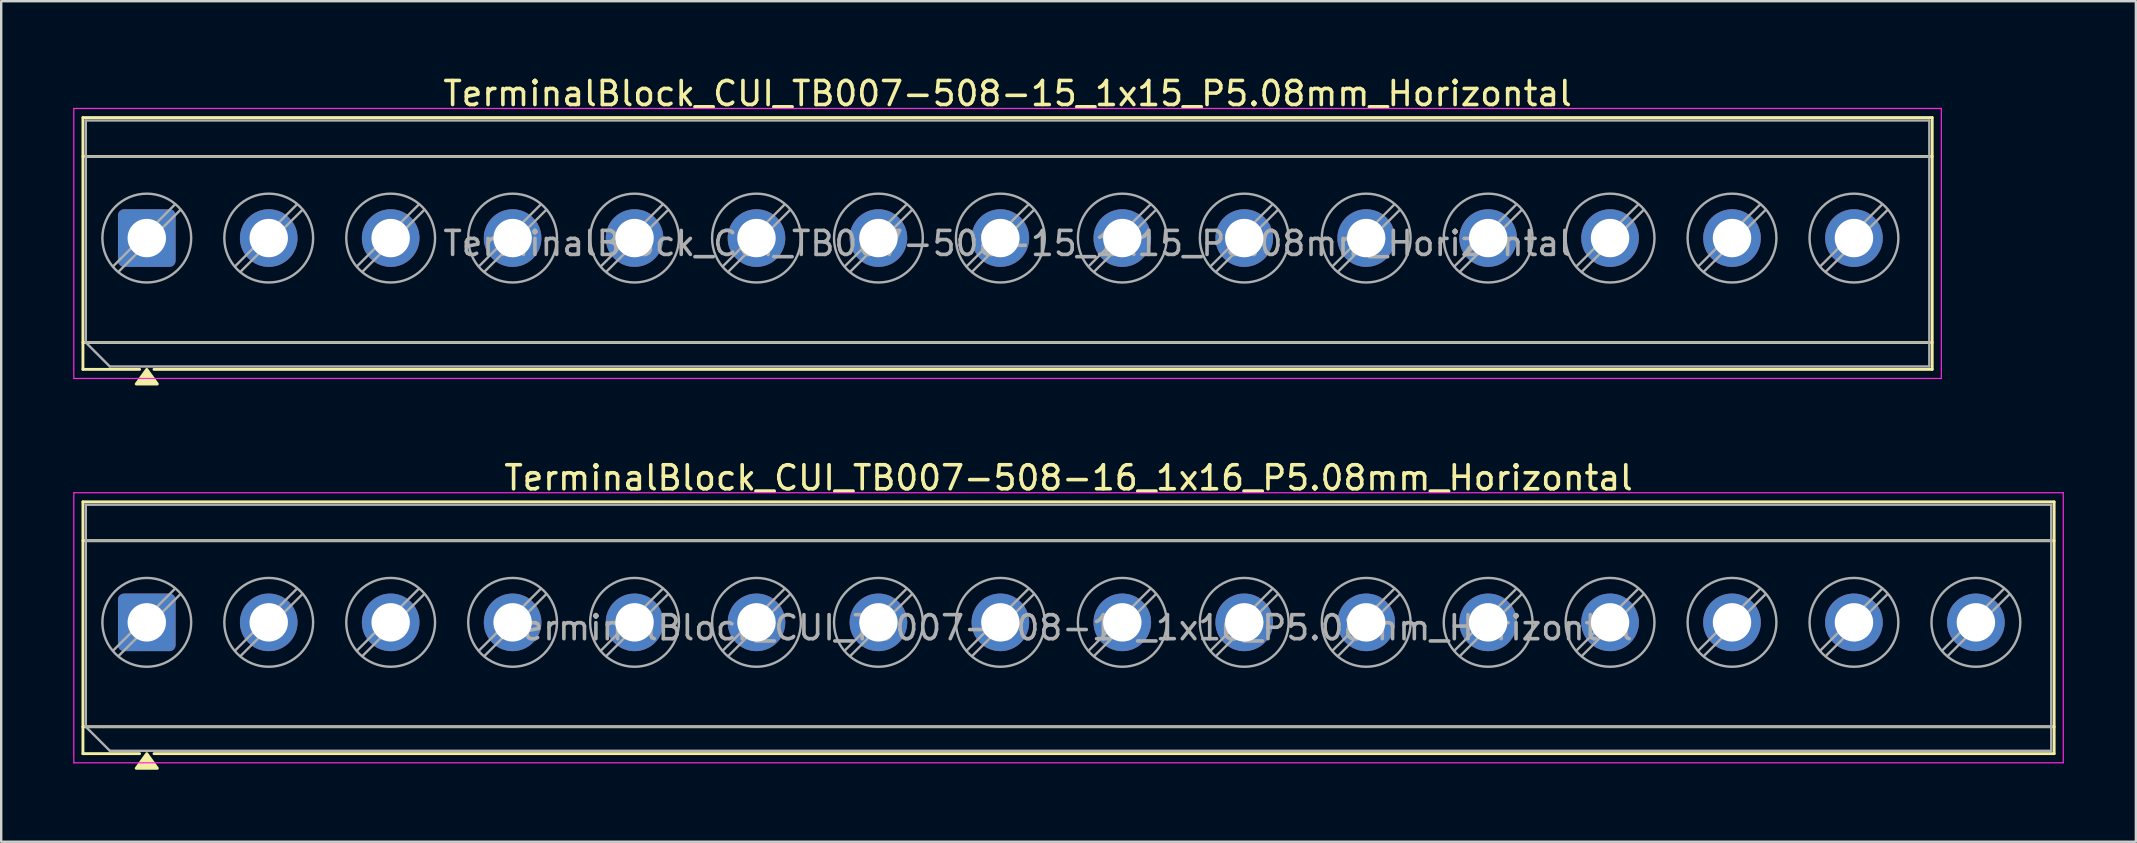
<source format=kicad_pcb>
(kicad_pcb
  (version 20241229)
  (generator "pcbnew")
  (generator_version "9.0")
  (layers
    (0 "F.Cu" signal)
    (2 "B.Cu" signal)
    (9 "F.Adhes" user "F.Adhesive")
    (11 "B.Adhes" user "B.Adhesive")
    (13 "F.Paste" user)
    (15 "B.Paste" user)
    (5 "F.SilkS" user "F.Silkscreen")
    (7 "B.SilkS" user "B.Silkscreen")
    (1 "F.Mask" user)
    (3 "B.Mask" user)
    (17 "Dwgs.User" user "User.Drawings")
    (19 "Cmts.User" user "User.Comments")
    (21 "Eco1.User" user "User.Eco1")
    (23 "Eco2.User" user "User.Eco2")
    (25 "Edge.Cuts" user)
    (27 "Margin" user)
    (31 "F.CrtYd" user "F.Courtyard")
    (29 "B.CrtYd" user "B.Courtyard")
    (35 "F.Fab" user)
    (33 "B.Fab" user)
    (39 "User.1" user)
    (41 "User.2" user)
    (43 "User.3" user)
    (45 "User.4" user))
  (footprint "TerminalBlock_CUI_TB007-508-15_1x15_P5.08mm_Horizontal"
    (layer "F.Cu")
    (at 3.065 6.868)
    (property "Reference" "TerminalBlock_CUI_TB007-508-15_1x15_P5.08mm_Horizontal" (at 35.86 -6.02 0) (layer "F.SilkS") (effects (font (size 1 1) (thickness 0.15))))
    (attr through_hole)
    (fp_line (start -2.66 -5.02) (end 74.38 -5.02) (stroke (width 0.12) (type solid)) (layer "F.SilkS"))
    (fp_line (start -2.66 -3.4) (end 74.38 -3.4) (stroke (width 0.12) (type solid)) (layer "F.SilkS"))
    (fp_line (start -2.66 4.35) (end 74.38 4.35) (stroke (width 0.12) (type solid)) (layer "F.SilkS"))
    (fp_line (start -2.66 5.47) (end -2.66 -5.02) (stroke (width 0.12) (type solid)) (layer "F.SilkS"))
    (fp_line (start -0.3 5.47) (end -2.66 5.47) (stroke (width 0.12) (type solid)) (layer "F.SilkS"))
    (fp_line (start 74.38 -5.02) (end 74.38 5.47) (stroke (width 0.12) (type solid)) (layer "F.SilkS"))
    (fp_line (start 74.38 5.47) (end 0.3 5.47) (stroke (width 0.12) (type solid)) (layer "F.SilkS"))
    (fp_poly (pts (xy 0 5.47) (xy 0.44 6.08) (xy -0.44 6.08)) (stroke (width 0.12) (type solid)) (fill yes) (layer "F.SilkS"))
    (fp_line (start -3.04 -5.4) (end -3.04 5.85) (stroke (width 0.05) (type solid)) (layer "F.CrtYd"))
    (fp_line (start -3.04 5.85) (end 74.76 5.85) (stroke (width 0.05) (type solid)) (layer "F.CrtYd"))
    (fp_line (start 74.76 -5.4) (end -3.04 -5.4) (stroke (width 0.05) (type solid)) (layer "F.CrtYd"))
    (fp_line (start 74.76 5.85) (end 74.76 -5.4) (stroke (width 0.05) (type solid)) (layer "F.CrtYd"))
    (fp_line (start -2.54 -4.9) (end 74.26 -4.9) (stroke (width 0.1) (type solid)) (layer "F.Fab"))
    (fp_line (start -2.54 -3.4) (end 74.26 -3.4) (stroke (width 0.1) (type solid)) (layer "F.Fab"))
    (fp_line (start -2.54 4.35) (end -2.54 -4.9) (stroke (width 0.1) (type solid)) (layer "F.Fab"))
    (fp_line (start -2.54 4.35) (end 74.26 4.35) (stroke (width 0.1) (type solid)) (layer "F.Fab"))
    (fp_line (start -1.54 5.35) (end -2.54 4.35) (stroke (width 0.1) (type solid)) (layer "F.Fab"))
    (fp_line (start 1.177 -1.403) (end -1.403 1.177) (stroke (width 0.1) (type solid)) (layer "F.Fab"))
    (fp_line (start 1.403 -1.177) (end -1.177 1.403) (stroke (width 0.1) (type solid)) (layer "F.Fab"))
    (fp_line (start 6.257 -1.403) (end 3.677 1.177) (stroke (width 0.1) (type solid)) (layer "F.Fab"))
    (fp_line (start 6.483 -1.177) (end 3.903 1.403) (stroke (width 0.1) (type solid)) (layer "F.Fab"))
    (fp_line (start 11.337 -1.403) (end 8.757 1.177) (stroke (width 0.1) (type solid)) (layer "F.Fab"))
    (fp_line (start 11.563 -1.177) (end 8.983 1.403) (stroke (width 0.1) (type solid)) (layer "F.Fab"))
    (fp_line (start 16.417 -1.403) (end 13.837 1.177) (stroke (width 0.1) (type solid)) (layer "F.Fab"))
    (fp_line (start 16.643 -1.177) (end 14.063 1.403) (stroke (width 0.1) (type solid)) (layer "F.Fab"))
    (fp_line (start 21.497 -1.403) (end 18.917 1.177) (stroke (width 0.1) (type solid)) (layer "F.Fab"))
    (fp_line (start 21.723 -1.177) (end 19.143 1.403) (stroke (width 0.1) (type solid)) (layer "F.Fab"))
    (fp_line (start 26.577 -1.403) (end 23.997 1.177) (stroke (width 0.1) (type solid)) (layer "F.Fab"))
    (fp_line (start 26.803 -1.177) (end 24.223 1.403) (stroke (width 0.1) (type solid)) (layer "F.Fab"))
    (fp_line (start 31.657 -1.403) (end 29.077 1.177) (stroke (width 0.1) (type solid)) (layer "F.Fab"))
    (fp_line (start 31.883 -1.177) (end 29.303 1.403) (stroke (width 0.1) (type solid)) (layer "F.Fab"))
    (fp_line (start 36.737 -1.403) (end 34.157 1.177) (stroke (width 0.1) (type solid)) (layer "F.Fab"))
    (fp_line (start 36.963 -1.177) (end 34.383 1.403) (stroke (width 0.1) (type solid)) (layer "F.Fab"))
    (fp_line (start 41.817 -1.403) (end 39.237 1.177) (stroke (width 0.1) (type solid)) (layer "F.Fab"))
    (fp_line (start 42.043 -1.177) (end 39.463 1.403) (stroke (width 0.1) (type solid)) (layer "F.Fab"))
    (fp_line (start 46.897 -1.403) (end 44.317 1.177) (stroke (width 0.1) (type solid)) (layer "F.Fab"))
    (fp_line (start 47.123 -1.177) (end 44.543 1.403) (stroke (width 0.1) (type solid)) (layer "F.Fab"))
    (fp_line (start 51.977 -1.403) (end 49.397 1.177) (stroke (width 0.1) (type solid)) (layer "F.Fab"))
    (fp_line (start 52.203 -1.177) (end 49.623 1.403) (stroke (width 0.1) (type solid)) (layer "F.Fab"))
    (fp_line (start 57.057 -1.403) (end 54.477 1.177) (stroke (width 0.1) (type solid)) (layer "F.Fab"))
    (fp_line (start 57.283 -1.177) (end 54.703 1.403) (stroke (width 0.1) (type solid)) (layer "F.Fab"))
    (fp_line (start 62.137 -1.403) (end 59.557 1.177) (stroke (width 0.1) (type solid)) (layer "F.Fab"))
    (fp_line (start 62.363 -1.177) (end 59.783 1.403) (stroke (width 0.1) (type solid)) (layer "F.Fab"))
    (fp_line (start 67.217 -1.403) (end 64.637 1.177) (stroke (width 0.1) (type solid)) (layer "F.Fab"))
    (fp_line (start 67.443 -1.177) (end 64.863 1.403) (stroke (width 0.1) (type solid)) (layer "F.Fab"))
    (fp_line (start 72.297 -1.403) (end 69.717 1.177) (stroke (width 0.1) (type solid)) (layer "F.Fab"))
    (fp_line (start 72.523 -1.177) (end 69.943 1.403) (stroke (width 0.1) (type solid)) (layer "F.Fab"))
    (fp_line (start 74.26 -4.9) (end 74.26 5.35) (stroke (width 0.1) (type solid)) (layer "F.Fab"))
    (fp_line (start 74.26 5.35) (end -1.54 5.35) (stroke (width 0.1) (type solid)) (layer "F.Fab"))
    (fp_circle (center 0 0) (end 1.85 0) (stroke (width 0.1) (type solid)) (fill no) (layer "F.Fab"))
    (fp_circle (center 5.08 0) (end 6.93 0) (stroke (width 0.1) (type solid)) (fill no) (layer "F.Fab"))
    (fp_circle (center 10.16 0) (end 12.01 0) (stroke (width 0.1) (type solid)) (fill no) (layer "F.Fab"))
    (fp_circle (center 15.24 0) (end 17.09 0) (stroke (width 0.1) (type solid)) (fill no) (layer "F.Fab"))
    (fp_circle (center 20.32 0) (end 22.17 0) (stroke (width 0.1) (type solid)) (fill no) (layer "F.Fab"))
    (fp_circle (center 25.4 0) (end 27.25 0) (stroke (width 0.1) (type solid)) (fill no) (layer "F.Fab"))
    (fp_circle (center 30.48 0) (end 32.33 0) (stroke (width 0.1) (type solid)) (fill no) (layer "F.Fab"))
    (fp_circle (center 35.56 0) (end 37.41 0) (stroke (width 0.1) (type solid)) (fill no) (layer "F.Fab"))
    (fp_circle (center 40.64 0) (end 42.49 0) (stroke (width 0.1) (type solid)) (fill no) (layer "F.Fab"))
    (fp_circle (center 45.72 0) (end 47.57 0) (stroke (width 0.1) (type solid)) (fill no) (layer "F.Fab"))
    (fp_circle (center 50.8 0) (end 52.65 0) (stroke (width 0.1) (type solid)) (fill no) (layer "F.Fab"))
    (fp_circle (center 55.88 0) (end 57.73 0) (stroke (width 0.1) (type solid)) (fill no) (layer "F.Fab"))
    (fp_circle (center 60.96 0) (end 62.81 0) (stroke (width 0.1) (type solid)) (fill no) (layer "F.Fab"))
    (fp_circle (center 66.04 0) (end 67.89 0) (stroke (width 0.1) (type solid)) (fill no) (layer "F.Fab"))
    (fp_circle (center 71.12 0) (end 72.97 0) (stroke (width 0.1) (type solid)) (fill no) (layer "F.Fab"))
    (fp_text user "${REFERENCE}" (at 35.86 0.225 0) (layer "F.Fab") (effects (font (size 1 1) (thickness 0.15))))
    (pad "1" thru_hole roundrect (at 0 0) (size 2.4 2.4) (drill 1.6) (layers "*.Cu" "*.Mask") (roundrect_rratio 0.104))
    (pad "2" thru_hole circle (at 5.08 0) (size 2.4 2.4) (drill 1.6) (layers "*.Cu" "*.Mask"))
    (pad "3" thru_hole circle (at 10.16 0) (size 2.4 2.4) (drill 1.6) (layers "*.Cu" "*.Mask"))
    (pad "4" thru_hole circle (at 15.24 0) (size 2.4 2.4) (drill 1.6) (layers "*.Cu" "*.Mask"))
    (pad "5" thru_hole circle (at 20.32 0) (size 2.4 2.4) (drill 1.6) (layers "*.Cu" "*.Mask"))
    (pad "6" thru_hole circle (at 25.4 0) (size 2.4 2.4) (drill 1.6) (layers "*.Cu" "*.Mask"))
    (pad "7" thru_hole circle (at 30.48 0) (size 2.4 2.4) (drill 1.6) (layers "*.Cu" "*.Mask"))
    (pad "8" thru_hole circle (at 35.56 0) (size 2.4 2.4) (drill 1.6) (layers "*.Cu" "*.Mask"))
    (pad "9" thru_hole circle (at 40.64 0) (size 2.4 2.4) (drill 1.6) (layers "*.Cu" "*.Mask"))
    (pad "10" thru_hole circle (at 45.72 0) (size 2.4 2.4) (drill 1.6) (layers "*.Cu" "*.Mask"))
    (pad "11" thru_hole circle (at 50.8 0) (size 2.4 2.4) (drill 1.6) (layers "*.Cu" "*.Mask"))
    (pad "12" thru_hole circle (at 55.88 0) (size 2.4 2.4) (drill 1.6) (layers "*.Cu" "*.Mask"))
    (pad "13" thru_hole circle (at 60.96 0) (size 2.4 2.4) (drill 1.6) (layers "*.Cu" "*.Mask"))
    (pad "14" thru_hole circle (at 66.04 0) (size 2.4 2.4) (drill 1.6) (layers "*.Cu" "*.Mask"))
    (pad "15" thru_hole circle (at 71.12 0) (size 2.4 2.4) (drill 1.6) (layers "*.Cu" "*.Mask")))
  (footprint "TerminalBlock_CUI_TB007-508-16_1x16_P5.08mm_Horizontal"
    (layer "F.Cu")
    (at 3.065 22.877)
    (property "Reference" "TerminalBlock_CUI_TB007-508-16_1x16_P5.08mm_Horizontal" (at 38.4 -6.02 0) (layer "F.SilkS") (effects (font (size 1 1) (thickness 0.15))))
    (attr through_hole)
    (fp_line (start -2.66 -5.02) (end 79.46 -5.02) (stroke (width 0.12) (type solid)) (layer "F.SilkS"))
    (fp_line (start -2.66 -3.4) (end 79.46 -3.4) (stroke (width 0.12) (type solid)) (layer "F.SilkS"))
    (fp_line (start -2.66 4.35) (end 79.46 4.35) (stroke (width 0.12) (type solid)) (layer "F.SilkS"))
    (fp_line (start -2.66 5.47) (end -2.66 -5.02) (stroke (width 0.12) (type solid)) (layer "F.SilkS"))
    (fp_line (start -0.3 5.47) (end -2.66 5.47) (stroke (width 0.12) (type solid)) (layer "F.SilkS"))
    (fp_line (start 79.46 -5.02) (end 79.46 5.47) (stroke (width 0.12) (type solid)) (layer "F.SilkS"))
    (fp_line (start 79.46 5.47) (end 0.3 5.47) (stroke (width 0.12) (type solid)) (layer "F.SilkS"))
    (fp_poly (pts (xy 0 5.47) (xy 0.44 6.08) (xy -0.44 6.08)) (stroke (width 0.12) (type solid)) (fill yes) (layer "F.SilkS"))
    (fp_line (start -3.04 -5.4) (end -3.04 5.85) (stroke (width 0.05) (type solid)) (layer "F.CrtYd"))
    (fp_line (start -3.04 5.85) (end 79.84 5.85) (stroke (width 0.05) (type solid)) (layer "F.CrtYd"))
    (fp_line (start 79.84 -5.4) (end -3.04 -5.4) (stroke (width 0.05) (type solid)) (layer "F.CrtYd"))
    (fp_line (start 79.84 5.85) (end 79.84 -5.4) (stroke (width 0.05) (type solid)) (layer "F.CrtYd"))
    (fp_line (start -2.54 -4.9) (end 79.34 -4.9) (stroke (width 0.1) (type solid)) (layer "F.Fab"))
    (fp_line (start -2.54 -3.4) (end 79.34 -3.4) (stroke (width 0.1) (type solid)) (layer "F.Fab"))
    (fp_line (start -2.54 4.35) (end -2.54 -4.9) (stroke (width 0.1) (type solid)) (layer "F.Fab"))
    (fp_line (start -2.54 4.35) (end 79.34 4.35) (stroke (width 0.1) (type solid)) (layer "F.Fab"))
    (fp_line (start -1.54 5.35) (end -2.54 4.35) (stroke (width 0.1) (type solid)) (layer "F.Fab"))
    (fp_line (start 1.177 -1.403) (end -1.403 1.177) (stroke (width 0.1) (type solid)) (layer "F.Fab"))
    (fp_line (start 1.403 -1.177) (end -1.177 1.403) (stroke (width 0.1) (type solid)) (layer "F.Fab"))
    (fp_line (start 6.257 -1.403) (end 3.677 1.177) (stroke (width 0.1) (type solid)) (layer "F.Fab"))
    (fp_line (start 6.483 -1.177) (end 3.903 1.403) (stroke (width 0.1) (type solid)) (layer "F.Fab"))
    (fp_line (start 11.337 -1.403) (end 8.757 1.177) (stroke (width 0.1) (type solid)) (layer "F.Fab"))
    (fp_line (start 11.563 -1.177) (end 8.983 1.403) (stroke (width 0.1) (type solid)) (layer "F.Fab"))
    (fp_line (start 16.417 -1.403) (end 13.837 1.177) (stroke (width 0.1) (type solid)) (layer "F.Fab"))
    (fp_line (start 16.643 -1.177) (end 14.063 1.403) (stroke (width 0.1) (type solid)) (layer "F.Fab"))
    (fp_line (start 21.497 -1.403) (end 18.917 1.177) (stroke (width 0.1) (type solid)) (layer "F.Fab"))
    (fp_line (start 21.723 -1.177) (end 19.143 1.403) (stroke (width 0.1) (type solid)) (layer "F.Fab"))
    (fp_line (start 26.577 -1.403) (end 23.997 1.177) (stroke (width 0.1) (type solid)) (layer "F.Fab"))
    (fp_line (start 26.803 -1.177) (end 24.223 1.403) (stroke (width 0.1) (type solid)) (layer "F.Fab"))
    (fp_line (start 31.657 -1.403) (end 29.077 1.177) (stroke (width 0.1) (type solid)) (layer "F.Fab"))
    (fp_line (start 31.883 -1.177) (end 29.303 1.403) (stroke (width 0.1) (type solid)) (layer "F.Fab"))
    (fp_line (start 36.737 -1.403) (end 34.157 1.177) (stroke (width 0.1) (type solid)) (layer "F.Fab"))
    (fp_line (start 36.963 -1.177) (end 34.383 1.403) (stroke (width 0.1) (type solid)) (layer "F.Fab"))
    (fp_line (start 41.817 -1.403) (end 39.237 1.177) (stroke (width 0.1) (type solid)) (layer "F.Fab"))
    (fp_line (start 42.043 -1.177) (end 39.463 1.403) (stroke (width 0.1) (type solid)) (layer "F.Fab"))
    (fp_line (start 46.897 -1.403) (end 44.317 1.177) (stroke (width 0.1) (type solid)) (layer "F.Fab"))
    (fp_line (start 47.123 -1.177) (end 44.543 1.403) (stroke (width 0.1) (type solid)) (layer "F.Fab"))
    (fp_line (start 51.977 -1.403) (end 49.397 1.177) (stroke (width 0.1) (type solid)) (layer "F.Fab"))
    (fp_line (start 52.203 -1.177) (end 49.623 1.403) (stroke (width 0.1) (type solid)) (layer "F.Fab"))
    (fp_line (start 57.057 -1.403) (end 54.477 1.177) (stroke (width 0.1) (type solid)) (layer "F.Fab"))
    (fp_line (start 57.283 -1.177) (end 54.703 1.403) (stroke (width 0.1) (type solid)) (layer "F.Fab"))
    (fp_line (start 62.137 -1.403) (end 59.557 1.177) (stroke (width 0.1) (type solid)) (layer "F.Fab"))
    (fp_line (start 62.363 -1.177) (end 59.783 1.403) (stroke (width 0.1) (type solid)) (layer "F.Fab"))
    (fp_line (start 67.217 -1.403) (end 64.637 1.177) (stroke (width 0.1) (type solid)) (layer "F.Fab"))
    (fp_line (start 67.443 -1.177) (end 64.863 1.403) (stroke (width 0.1) (type solid)) (layer "F.Fab"))
    (fp_line (start 72.297 -1.403) (end 69.717 1.177) (stroke (width 0.1) (type solid)) (layer "F.Fab"))
    (fp_line (start 72.523 -1.177) (end 69.943 1.403) (stroke (width 0.1) (type solid)) (layer "F.Fab"))
    (fp_line (start 77.377 -1.403) (end 74.797 1.177) (stroke (width 0.1) (type solid)) (layer "F.Fab"))
    (fp_line (start 77.603 -1.177) (end 75.023 1.403) (stroke (width 0.1) (type solid)) (layer "F.Fab"))
    (fp_line (start 79.34 -4.9) (end 79.34 5.35) (stroke (width 0.1) (type solid)) (layer "F.Fab"))
    (fp_line (start 79.34 5.35) (end -1.54 5.35) (stroke (width 0.1) (type solid)) (layer "F.Fab"))
    (fp_circle (center 0 0) (end 1.85 0) (stroke (width 0.1) (type solid)) (fill no) (layer "F.Fab"))
    (fp_circle (center 5.08 0) (end 6.93 0) (stroke (width 0.1) (type solid)) (fill no) (layer "F.Fab"))
    (fp_circle (center 10.16 0) (end 12.01 0) (stroke (width 0.1) (type solid)) (fill no) (layer "F.Fab"))
    (fp_circle (center 15.24 0) (end 17.09 0) (stroke (width 0.1) (type solid)) (fill no) (layer "F.Fab"))
    (fp_circle (center 20.32 0) (end 22.17 0) (stroke (width 0.1) (type solid)) (fill no) (layer "F.Fab"))
    (fp_circle (center 25.4 0) (end 27.25 0) (stroke (width 0.1) (type solid)) (fill no) (layer "F.Fab"))
    (fp_circle (center 30.48 0) (end 32.33 0) (stroke (width 0.1) (type solid)) (fill no) (layer "F.Fab"))
    (fp_circle (center 35.56 0) (end 37.41 0) (stroke (width 0.1) (type solid)) (fill no) (layer "F.Fab"))
    (fp_circle (center 40.64 0) (end 42.49 0) (stroke (width 0.1) (type solid)) (fill no) (layer "F.Fab"))
    (fp_circle (center 45.72 0) (end 47.57 0) (stroke (width 0.1) (type solid)) (fill no) (layer "F.Fab"))
    (fp_circle (center 50.8 0) (end 52.65 0) (stroke (width 0.1) (type solid)) (fill no) (layer "F.Fab"))
    (fp_circle (center 55.88 0) (end 57.73 0) (stroke (width 0.1) (type solid)) (fill no) (layer "F.Fab"))
    (fp_circle (center 60.96 0) (end 62.81 0) (stroke (width 0.1) (type solid)) (fill no) (layer "F.Fab"))
    (fp_circle (center 66.04 0) (end 67.89 0) (stroke (width 0.1) (type solid)) (fill no) (layer "F.Fab"))
    (fp_circle (center 71.12 0) (end 72.97 0) (stroke (width 0.1) (type solid)) (fill no) (layer "F.Fab"))
    (fp_circle (center 76.2 0) (end 78.05 0) (stroke (width 0.1) (type solid)) (fill no) (layer "F.Fab"))
    (fp_text user "${REFERENCE}" (at 38.4 0.225 0) (layer "F.Fab") (effects (font (size 1 1) (thickness 0.15))))
    (pad "1" thru_hole roundrect (at 0 0) (size 2.4 2.4) (drill 1.6) (layers "*.Cu" "*.Mask") (roundrect_rratio 0.104))
    (pad "2" thru_hole circle (at 5.08 0) (size 2.4 2.4) (drill 1.6) (layers "*.Cu" "*.Mask"))
    (pad "3" thru_hole circle (at 10.16 0) (size 2.4 2.4) (drill 1.6) (layers "*.Cu" "*.Mask"))
    (pad "4" thru_hole circle (at 15.24 0) (size 2.4 2.4) (drill 1.6) (layers "*.Cu" "*.Mask"))
    (pad "5" thru_hole circle (at 20.32 0) (size 2.4 2.4) (drill 1.6) (layers "*.Cu" "*.Mask"))
    (pad "6" thru_hole circle (at 25.4 0) (size 2.4 2.4) (drill 1.6) (layers "*.Cu" "*.Mask"))
    (pad "7" thru_hole circle (at 30.48 0) (size 2.4 2.4) (drill 1.6) (layers "*.Cu" "*.Mask"))
    (pad "8" thru_hole circle (at 35.56 0) (size 2.4 2.4) (drill 1.6) (layers "*.Cu" "*.Mask"))
    (pad "9" thru_hole circle (at 40.64 0) (size 2.4 2.4) (drill 1.6) (layers "*.Cu" "*.Mask"))
    (pad "10" thru_hole circle (at 45.72 0) (size 2.4 2.4) (drill 1.6) (layers "*.Cu" "*.Mask"))
    (pad "11" thru_hole circle (at 50.8 0) (size 2.4 2.4) (drill 1.6) (layers "*.Cu" "*.Mask"))
    (pad "12" thru_hole circle (at 55.88 0) (size 2.4 2.4) (drill 1.6) (layers "*.Cu" "*.Mask"))
    (pad "13" thru_hole circle (at 60.96 0) (size 2.4 2.4) (drill 1.6) (layers "*.Cu" "*.Mask"))
    (pad "14" thru_hole circle (at 66.04 0) (size 2.4 2.4) (drill 1.6) (layers "*.Cu" "*.Mask"))
    (pad "15" thru_hole circle (at 71.12 0) (size 2.4 2.4) (drill 1.6) (layers "*.Cu" "*.Mask"))
    (pad "16" thru_hole circle (at 76.2 0) (size 2.4 2.4) (drill 1.6) (layers "*.Cu" "*.Mask")))
  (gr_rect
    (start -3 -3)
    (end 85.93 32.017)
    (stroke (width 0.1) (type default))
    (fill no)
    (layer "Edge.Cuts")))
</source>
